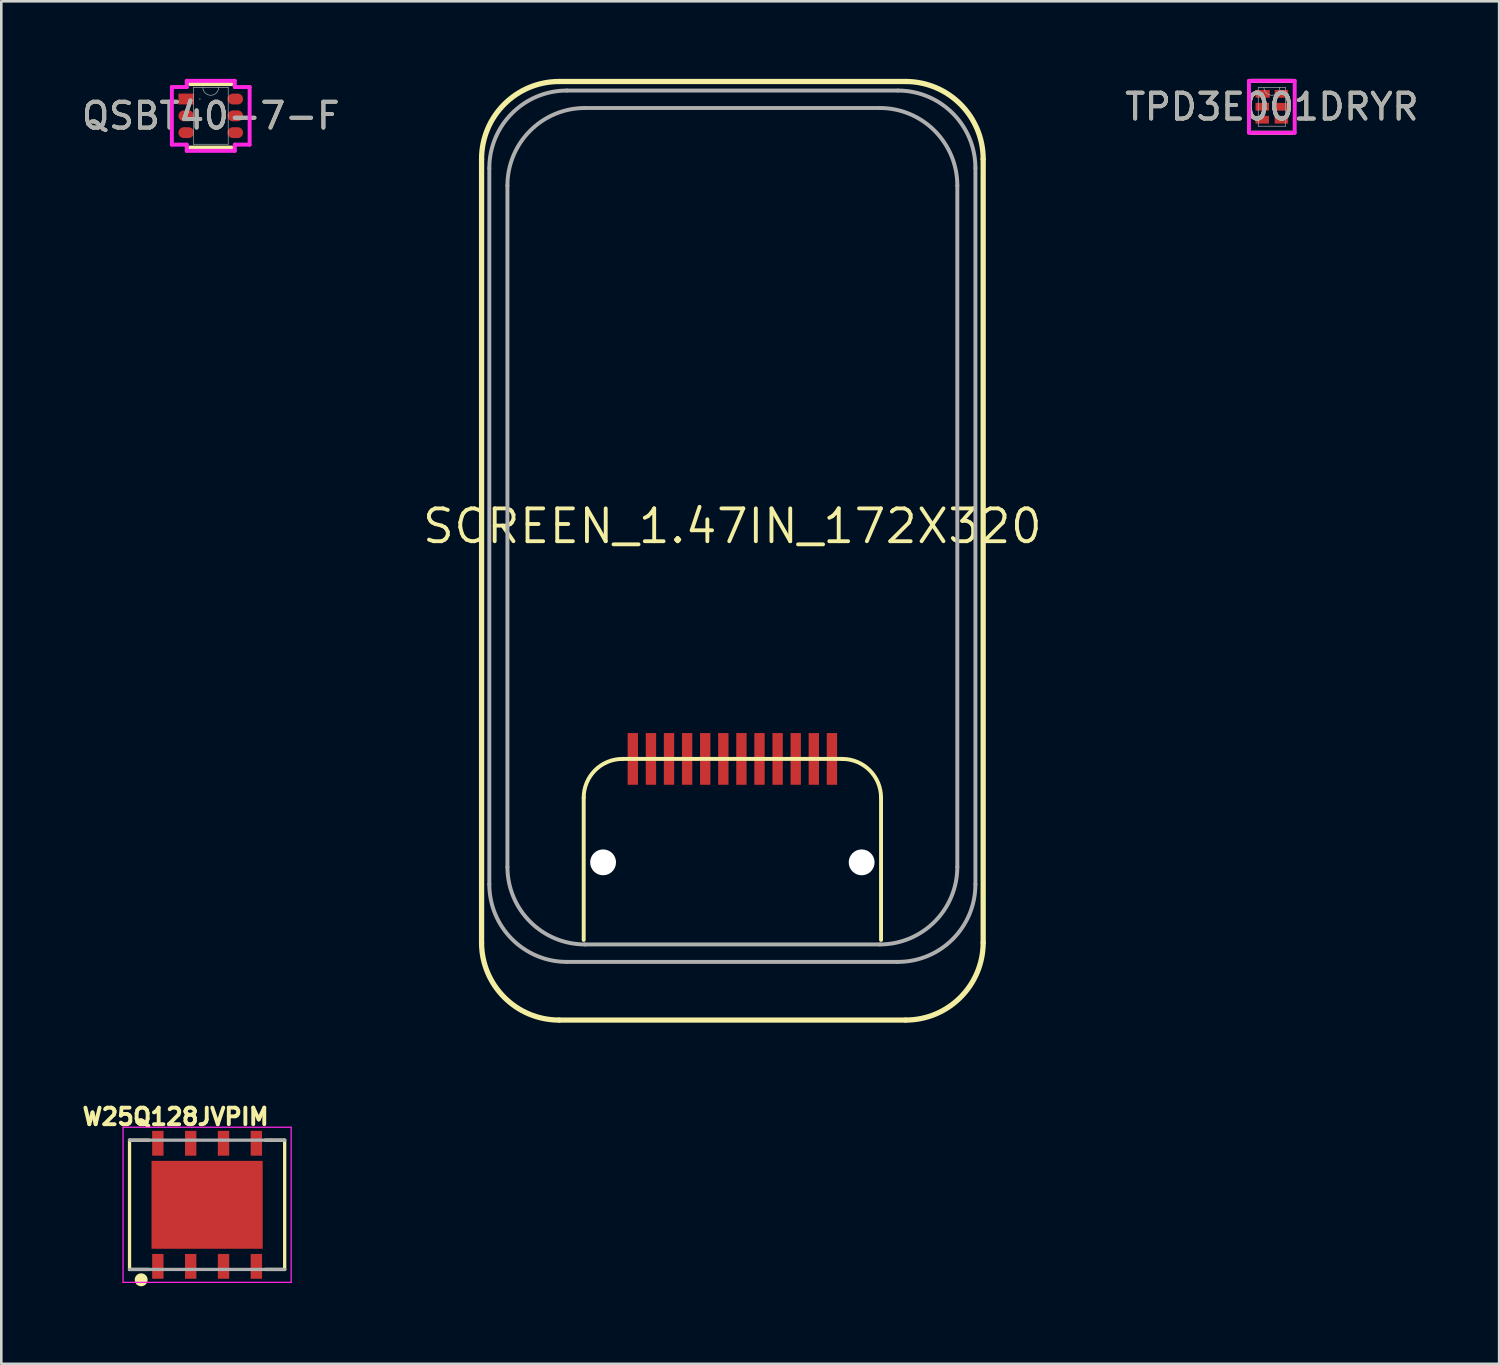
<source format=kicad_pcb>
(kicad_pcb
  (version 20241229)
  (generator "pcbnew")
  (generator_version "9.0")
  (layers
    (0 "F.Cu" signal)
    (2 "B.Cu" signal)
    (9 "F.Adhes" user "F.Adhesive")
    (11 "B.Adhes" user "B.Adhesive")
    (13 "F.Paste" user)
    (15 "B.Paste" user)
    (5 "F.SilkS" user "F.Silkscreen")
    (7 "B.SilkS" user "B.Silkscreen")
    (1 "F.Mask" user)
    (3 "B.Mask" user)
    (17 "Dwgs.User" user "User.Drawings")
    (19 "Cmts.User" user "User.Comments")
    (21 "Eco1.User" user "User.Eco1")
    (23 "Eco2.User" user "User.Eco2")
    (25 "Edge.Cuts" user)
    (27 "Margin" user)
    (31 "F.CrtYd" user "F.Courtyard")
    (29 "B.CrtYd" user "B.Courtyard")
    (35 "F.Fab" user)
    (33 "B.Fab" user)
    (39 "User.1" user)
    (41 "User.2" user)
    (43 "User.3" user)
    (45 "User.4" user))
  (footprint "SCREEN_1.47IN_172X320"
    (layer "F.Cu")
    (at 25.275 17.302)
    (property "Reference" "SCREEN_1.47IN_172X320" (at 0 0 0) (layer "F.SilkS") (effects (font (size 1.27 1.27) (thickness 0.15))))
    (fp_line (start -9.7 16.1) (end -9.7 -14.2) (stroke (width 0.203) (type solid)) (layer "F.SilkS"))
    (fp_line (start -6.7 -17.2) (end 6.7 -17.2) (stroke (width 0.203) (type solid)) (layer "F.SilkS"))
    (fp_line (start -5.75 10.5) (end -5.75 16) (stroke (width 0.152) (type solid)) (layer "F.SilkS"))
    (fp_line (start 4.25 9) (end -4.25 9) (stroke (width 0.152) (type solid)) (layer "F.SilkS"))
    (fp_line (start 5.75 16) (end 5.75 10.5) (stroke (width 0.152) (type solid)) (layer "F.SilkS"))
    (fp_line (start 6.7 19.1) (end -6.7 19.1) (stroke (width 0.203) (type solid)) (layer "F.SilkS"))
    (fp_line (start 9.7 -14.2) (end 9.7 16.1) (stroke (width 0.203) (type solid)) (layer "F.SilkS"))
    (fp_arc (start -9.7 -14.2) (mid -8.82132 -16.32132) (end -6.7 -17.2) (stroke (width 0.2032) (type solid)) (layer "F.SilkS"))
    (fp_arc (start -6.7 19.1) (mid -8.82132 18.22132) (end -9.7 16.1) (stroke (width 0.2032) (type solid)) (layer "F.SilkS"))
    (fp_arc (start -5.75 10.5) (mid -5.31066 9.43934) (end -4.25 9) (stroke (width 0.1524) (type solid)) (layer "F.SilkS"))
    (fp_arc (start 4.25 9) (mid 5.31066 9.43934) (end 5.75 10.5) (stroke (width 0.1524) (type solid)) (layer "F.SilkS"))
    (fp_arc (start 6.7 -17.2) (mid 8.82132 -16.32132) (end 9.7 -14.2) (stroke (width 0.2032) (type solid)) (layer "F.SilkS"))
    (fp_arc (start 9.7 16.1) (mid 8.82132 18.22132) (end 6.7 19.1) (stroke (width 0.2032) (type solid)) (layer "F.SilkS"))
    (fp_line (start -9.4 -13.85) (end -9.4 13.85) (stroke (width 0.152) (type solid)) (layer "F.Fab"))
    (fp_line (start -8.7 13.175) (end -8.7 -13.175) (stroke (width 0.152) (type solid)) (layer "F.Fab"))
    (fp_line (start -6.4 16.85) (end 6.4 16.85) (stroke (width 0.152) (type solid)) (layer "F.Fab"))
    (fp_line (start -5.7 -16.175) (end 5.7 -16.175) (stroke (width 0.152) (type solid)) (layer "F.Fab"))
    (fp_line (start 5.7 16.175) (end -5.7 16.175) (stroke (width 0.152) (type solid)) (layer "F.Fab"))
    (fp_line (start 6.4 -16.85) (end -6.4 -16.85) (stroke (width 0.152) (type solid)) (layer "F.Fab"))
    (fp_line (start 8.7 -13.175) (end 8.7 13.175) (stroke (width 0.152) (type solid)) (layer "F.Fab"))
    (fp_line (start 9.4 13.85) (end 9.4 -13.85) (stroke (width 0.152) (type solid)) (layer "F.Fab"))
    (fp_arc (start -9.4 -13.85) (mid -8.52132 -15.97132) (end -6.4 -16.85) (stroke (width 0.1524) (type solid)) (layer "F.Fab"))
    (fp_arc (start -8.7 -13.175) (mid -7.82132 -15.29632) (end -5.7 -16.175) (stroke (width 0.1524) (type solid)) (layer "F.Fab"))
    (fp_arc (start -6.4 16.85) (mid -8.52132 15.97132) (end -9.4 13.85) (stroke (width 0.1524) (type solid)) (layer "F.Fab"))
    (fp_arc (start -5.7 16.175) (mid -7.82132 15.29632) (end -8.7 13.175) (stroke (width 0.1524) (type solid)) (layer "F.Fab"))
    (fp_arc (start 5.7 -16.175) (mid 7.82132 -15.29632) (end 8.7 -13.175) (stroke (width 0.1524) (type solid)) (layer "F.Fab"))
    (fp_arc (start 6.4 -16.85) (mid 8.52132 -15.97132) (end 9.4 -13.85) (stroke (width 0.1524) (type solid)) (layer "F.Fab"))
    (fp_arc (start 8.7 13.175) (mid 7.82132 15.29632) (end 5.7 16.175) (stroke (width 0.1524) (type solid)) (layer "F.Fab"))
    (fp_arc (start 9.4 13.85) (mid 8.52132 15.97132) (end 6.4 16.85) (stroke (width 0.1524) (type solid)) (layer "F.Fab"))
    (pad "" np_thru_hole circle (at -5 13) (size 1 1) (drill 1) (layers "*.Cu" "*.Mask"))
    (pad "" np_thru_hole circle (at 5 13) (size 1 1) (drill 1) (layers "*.Cu" "*.Mask"))
    (pad "1" smd rect (at 3.85 9 90) (size 2 0.4) (layers "F.Cu" "F.Mask"))
    (pad "2" smd rect (at 3.15 9 90) (size 2 0.4) (layers "F.Cu" "F.Mask"))
    (pad "3" smd rect (at 2.45 9 90) (size 2 0.4) (layers "F.Cu" "F.Mask"))
    (pad "4" smd rect (at 1.75 9 90) (size 2 0.4) (layers "F.Cu" "F.Mask"))
    (pad "5" smd rect (at 1.05 9 90) (size 2 0.4) (layers "F.Cu" "F.Mask"))
    (pad "6" smd rect (at 0.35 9 90) (size 2 0.4) (layers "F.Cu" "F.Mask"))
    (pad "7" smd rect (at -0.35 9 90) (size 2 0.4) (layers "F.Cu" "F.Mask"))
    (pad "8" smd rect (at -1.05 9 90) (size 2 0.4) (layers "F.Cu" "F.Mask"))
    (pad "9" smd rect (at -1.75 9 90) (size 2 0.4) (layers "F.Cu" "F.Mask"))
    (pad "10" smd rect (at -2.45 9 90) (size 2 0.4) (layers "F.Cu" "F.Mask"))
    (pad "11" smd rect (at -3.15 9 90) (size 2 0.4) (layers "F.Cu" "F.Mask"))
    (pad "12" smd rect (at -3.85 9 90) (size 2 0.4) (layers "F.Cu" "F.Mask")))
  (footprint "W25Q128JVPIM"
    (layer "F.Cu")
    (at 4.96 43.547)
    (property "Reference" "W25Q128JVPIM" (at -1.218 -3.406 0) (layer "F.SilkS") (effects (font (size 0.64 0.64) (thickness 0.15))))
    (attr smd)
    (fp_line (start -3 -2.5) (end -3 2.5) (stroke (width 0.127) (type solid)) (layer "F.SilkS"))
    (fp_line (start -3 2.5) (end -2.25 2.5) (stroke (width 0.127) (type solid)) (layer "F.SilkS"))
    (fp_line (start -2.25 -2.5) (end -3 -2.5) (stroke (width 0.127) (type solid)) (layer "F.SilkS"))
    (fp_line (start 2.25 -2.5) (end 3 -2.5) (stroke (width 0.127) (type solid)) (layer "F.SilkS"))
    (fp_line (start 3 -2.5) (end 3 2.5) (stroke (width 0.127) (type solid)) (layer "F.SilkS"))
    (fp_line (start 3 2.5) (end 2.25 2.5) (stroke (width 0.127) (type solid)) (layer "F.SilkS"))
    (fp_circle (center -2.55 2.9) (end -2.3 2.9) (stroke (width 0) (type solid)) (fill yes) (layer "F.SilkS"))
    (fp_line (start -3.25 -3) (end 3.25 -3) (stroke (width 0.05) (type solid)) (layer "F.CrtYd"))
    (fp_line (start -3.25 3) (end -3.25 -3) (stroke (width 0.05) (type solid)) (layer "F.CrtYd"))
    (fp_line (start 3.25 -3) (end 3.25 3) (stroke (width 0.05) (type solid)) (layer "F.CrtYd"))
    (fp_line (start 3.25 3) (end -3.25 3) (stroke (width 0.05) (type solid)) (layer "F.CrtYd"))
    (fp_line (start -3 2.5) (end 3 2.5) (stroke (width 0.127) (type solid)) (layer "F.Fab"))
    (fp_line (start 3 -2.5) (end -3 -2.5) (stroke (width 0.127) (type solid)) (layer "F.Fab"))
    (pad "1" smd rect (at -1.905 2.38 90) (size 0.96 0.44) (layers "F.Cu" "F.Mask" "F.Paste"))
    (pad "2" smd rect (at -0.635 2.38 90) (size 0.96 0.44) (layers "F.Cu" "F.Mask" "F.Paste"))
    (pad "3" smd rect (at 0.635 2.38 90) (size 0.96 0.44) (layers "F.Cu" "F.Mask" "F.Paste"))
    (pad "4" smd rect (at 1.905 2.38 90) (size 0.96 0.44) (layers "F.Cu" "F.Mask" "F.Paste"))
    (pad "5" smd rect (at 1.905 -2.38 90) (size 0.96 0.44) (layers "F.Cu" "F.Mask" "F.Paste"))
    (pad "6" smd rect (at 0.635 -2.38 90) (size 0.96 0.44) (layers "F.Cu" "F.Mask" "F.Paste"))
    (pad "7" smd rect (at -0.635 -2.38 90) (size 0.96 0.44) (layers "F.Cu" "F.Mask" "F.Paste"))
    (pad "8" smd rect (at -1.905 -2.38 90) (size 0.96 0.44) (layers "F.Cu" "F.Mask" "F.Paste"))
    (pad "9" smd rect (at 0 0 90) (size 3.4 4.3) (layers "F.Cu" "F.Mask" "F.Paste")))
  (footprint "QSBT40-7-F"
    (layer "F.Cu")
    (at 5.101 1.43)
    (property "Reference" "QSBT40-7-F" (at 0 0 0) (unlocked yes) (layer "F.SilkS") (effects (font (size 1 1) (thickness 0.15))))
    (attr smd)
    (fp_line (start -0.802 1.227) (end 0.802 1.227) (stroke (width 0.152) (type solid)) (layer "F.SilkS"))
    (fp_line (start 0.802 -1.227) (end -0.802 -1.227) (stroke (width 0.152) (type solid)) (layer "F.SilkS"))
    (fp_line (start -1.504 -1.114) (end -0.929 -1.114) (stroke (width 0.152) (type solid)) (layer "F.CrtYd"))
    (fp_line (start -1.504 1.114) (end -1.504 -1.114) (stroke (width 0.152) (type solid)) (layer "F.CrtYd"))
    (fp_line (start -1.504 1.114) (end -0.929 1.114) (stroke (width 0.152) (type solid)) (layer "F.CrtYd"))
    (fp_line (start -0.929 -1.354) (end 0.929 -1.354) (stroke (width 0.152) (type solid)) (layer "F.CrtYd"))
    (fp_line (start -0.929 -1.114) (end -0.929 -1.354) (stroke (width 0.152) (type solid)) (layer "F.CrtYd"))
    (fp_line (start -0.929 1.354) (end -0.929 1.114) (stroke (width 0.152) (type solid)) (layer "F.CrtYd"))
    (fp_line (start 0.929 -1.354) (end 0.929 -1.114) (stroke (width 0.152) (type solid)) (layer "F.CrtYd"))
    (fp_line (start 0.929 1.114) (end 0.929 1.354) (stroke (width 0.152) (type solid)) (layer "F.CrtYd"))
    (fp_line (start 0.929 1.354) (end -0.929 1.354) (stroke (width 0.152) (type solid)) (layer "F.CrtYd"))
    (fp_line (start 1.504 -1.114) (end 0.929 -1.114) (stroke (width 0.152) (type solid)) (layer "F.CrtYd"))
    (fp_line (start 1.504 -1.114) (end 1.504 1.114) (stroke (width 0.152) (type solid)) (layer "F.CrtYd"))
    (fp_line (start 1.504 1.114) (end 0.929 1.114) (stroke (width 0.152) (type solid)) (layer "F.CrtYd"))
    (fp_line (start -0.675 -1.1) (end -0.675 1.1) (stroke (width 0.025) (type solid)) (layer "F.Fab"))
    (fp_line (start -0.675 1.1) (end 0.675 1.1) (stroke (width 0.025) (type solid)) (layer "F.Fab"))
    (fp_line (start 0.675 -1.1) (end -0.675 -1.1) (stroke (width 0.025) (type solid)) (layer "F.Fab"))
    (fp_line (start 0.675 1.1) (end 0.675 -1.1) (stroke (width 0.025) (type solid)) (layer "F.Fab"))
    (fp_arc (start 0.3048 -1.1) (mid 0 -0.7952) (end -0.3048 -1.1) (stroke (width 0.0254) (type solid)) (layer "F.Fab"))
    (fp_circle (center -0.421 -0.65) (end -0.421 -0.65) (stroke (width 0.025) (type solid)) (fill no) (layer "F.Fab"))
    (fp_text user "${REFERENCE}" (at 0 0 0) (unlocked yes) (layer "F.Fab") (effects (font (size 1 1) (thickness 0.15))))
    (pad "1" smd rect (at -0.95 -0.65) (size 0.6 0.42) (layers "F.Cu" "F.Mask" "F.Paste"))
    (pad "2" smd oval (at -0.95 0) (size 0.6 0.42) (layers "F.Cu" "F.Mask" "F.Paste"))
    (pad "3" smd oval (at -0.95 0.65) (size 0.6 0.42) (layers "F.Cu" "F.Mask" "F.Paste"))
    (pad "4" smd oval (at 0.95 0.65) (size 0.6 0.42) (layers "F.Cu" "F.Mask" "F.Paste"))
    (pad "5" smd oval (at 0.95 0) (size 0.6 0.42) (layers "F.Cu" "F.Mask" "F.Paste"))
    (pad "6" smd oval (at 0.95 -0.65) (size 0.6 0.42) (layers "F.Cu" "F.Mask" "F.Paste")))
  (footprint "TPD3E001DRYR"
    (layer "F.Cu")
    (at 46.139 1.08)
    (property "Reference" "TPD3E001DRYR" (at 0 0 0) (unlocked yes) (layer "F.SilkS") (effects (font (size 1 1) (thickness 0.15))))
    (attr smd)
    (fp_poly (pts (xy -0.7 -0.72) (xy -0.7 -0.28) (xy -0.04 -0.28) (xy -0.04 -0.72)) (stroke (width 0) (type solid)) (fill yes) (layer "F.Mask"))
    (fp_poly (pts (xy -0.7 -0.22) (xy -0.7 0.22) (xy -0.04 0.22) (xy -0.04 -0.22)) (stroke (width 0) (type solid)) (fill yes) (layer "F.Mask"))
    (fp_poly (pts (xy -0.7 0.28) (xy -0.7 0.72) (xy -0.04 0.72) (xy -0.04 0.28)) (stroke (width 0) (type solid)) (fill yes) (layer "F.Mask"))
    (fp_poly (pts (xy 0.04 -0.72) (xy 0.04 -0.28) (xy 0.7 -0.28) (xy 0.7 -0.72)) (stroke (width 0) (type solid)) (fill yes) (layer "F.Mask"))
    (fp_poly (pts (xy 0.04 -0.22) (xy 0.04 0.22) (xy 0.7 0.22) (xy 0.7 -0.22)) (stroke (width 0) (type solid)) (fill yes) (layer "F.Mask"))
    (fp_poly (pts (xy 0.04 0.28) (xy 0.04 0.72) (xy 0.7 0.72) (xy 0.7 0.28)) (stroke (width 0) (type solid)) (fill yes) (layer "F.Mask"))
    (fp_line (start -0.779 1.004) (end 0.779 1.004) (stroke (width 0.152) (type solid)) (layer "F.SilkS"))
    (fp_line (start 0.779 -1.004) (end -0.779 -1.004) (stroke (width 0.152) (type solid)) (layer "F.SilkS"))
    (fp_poly (pts (xy -0.605 -0.625) (xy -0.605 -0.375) (xy -0.105 -0.375) (xy -0.105 -0.625)) (stroke (width 0) (type solid)) (fill yes) (layer "F.Paste"))
    (fp_poly (pts (xy -0.605 -0.125) (xy -0.605 0.125) (xy -0.135 0.125) (xy -0.135 -0.125)) (stroke (width 0) (type solid)) (fill yes) (layer "F.Paste"))
    (fp_poly (pts (xy -0.605 0.375) (xy -0.605 0.625) (xy -0.135 0.625) (xy -0.135 0.375)) (stroke (width 0) (type solid)) (fill yes) (layer "F.Paste"))
    (fp_poly (pts (xy 0.135 -0.625) (xy 0.135 -0.375) (xy 0.605 -0.375) (xy 0.605 -0.625)) (stroke (width 0) (type solid)) (fill yes) (layer "F.Paste"))
    (fp_poly (pts (xy 0.135 -0.125) (xy 0.135 0.125) (xy 0.605 0.125) (xy 0.605 -0.125)) (stroke (width 0) (type solid)) (fill yes) (layer "F.Paste"))
    (fp_poly (pts (xy 0.135 0.375) (xy 0.135 0.625) (xy 0.605 0.625) (xy 0.605 0.375)) (stroke (width 0) (type solid)) (fill yes) (layer "F.Paste"))
    (fp_line (start -0.884 -1.004) (end 0.884 -1.004) (stroke (width 0.152) (type solid)) (layer "F.CrtYd"))
    (fp_line (start -0.884 1.004) (end -0.884 -1.004) (stroke (width 0.152) (type solid)) (layer "F.CrtYd"))
    (fp_line (start 0.884 -1.004) (end 0.884 1.004) (stroke (width 0.152) (type solid)) (layer "F.CrtYd"))
    (fp_line (start 0.884 1.004) (end -0.884 1.004) (stroke (width 0.152) (type solid)) (layer "F.CrtYd"))
    (fp_line (start -0.525 -0.75) (end -0.525 0.75) (stroke (width 0.025) (type solid)) (layer "F.Fab"))
    (fp_line (start -0.525 0.75) (end 0.525 0.75) (stroke (width 0.025) (type solid)) (layer "F.Fab"))
    (fp_line (start 0.525 -0.75) (end -0.525 -0.75) (stroke (width 0.025) (type solid)) (layer "F.Fab"))
    (fp_line (start 0.525 0.75) (end 0.525 -0.75) (stroke (width 0.025) (type solid)) (layer "F.Fab"))
    (fp_arc (start 0.3048 -0.75) (mid 0 -0.4452) (end -0.3048 -0.75) (stroke (width 0.0254) (type solid)) (layer "F.Fab"))
    (fp_text user "${REFERENCE}" (at 0 0 0) (unlocked yes) (layer "F.Fab") (effects (font (size 1 1) (thickness 0.15))))
    (pad "1" smd rect (at -0.355 -0.5) (size 0.55 0.3) (layers "F.Cu" "F.Mask"))
    (pad "2" smd rect (at -0.37 0) (size 0.52 0.3) (layers "F.Cu" "F.Mask"))
    (pad "3" smd rect (at -0.37 0.5) (size 0.52 0.3) (layers "F.Cu" "F.Mask"))
    (pad "4" smd rect (at 0.37 0.5) (size 0.52 0.3) (layers "F.Cu" "F.Mask"))
    (pad "5" smd rect (at 0.37 0) (size 0.52 0.3) (layers "F.Cu" "F.Mask"))
    (pad "6" smd rect (at 0.37 -0.5) (size 0.52 0.3) (layers "F.Cu" "F.Mask")))
  (gr_rect
    (start -3 -3)
    (end 54.93 49.697)
    (stroke (width 0.1) (type default))
    (fill no)
    (layer "Edge.Cuts")))
</source>
